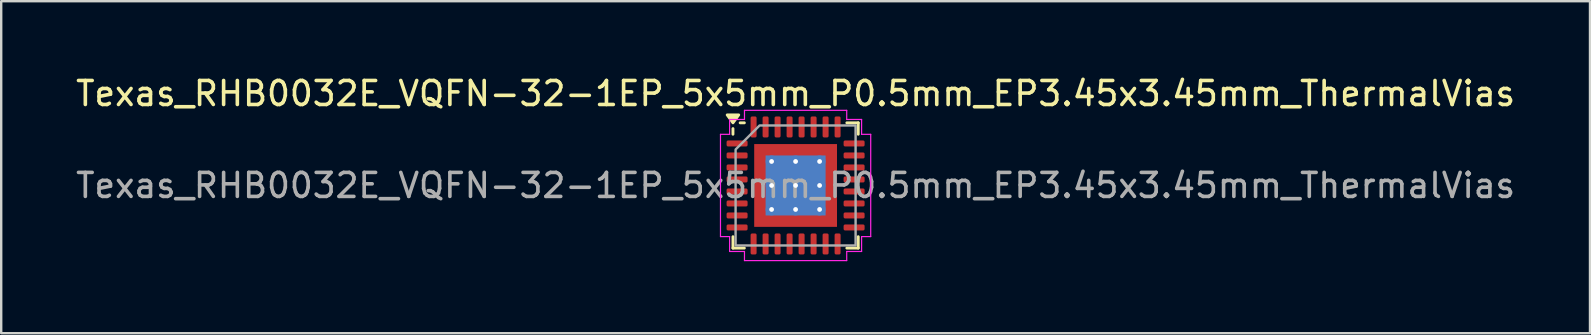
<source format=kicad_pcb>
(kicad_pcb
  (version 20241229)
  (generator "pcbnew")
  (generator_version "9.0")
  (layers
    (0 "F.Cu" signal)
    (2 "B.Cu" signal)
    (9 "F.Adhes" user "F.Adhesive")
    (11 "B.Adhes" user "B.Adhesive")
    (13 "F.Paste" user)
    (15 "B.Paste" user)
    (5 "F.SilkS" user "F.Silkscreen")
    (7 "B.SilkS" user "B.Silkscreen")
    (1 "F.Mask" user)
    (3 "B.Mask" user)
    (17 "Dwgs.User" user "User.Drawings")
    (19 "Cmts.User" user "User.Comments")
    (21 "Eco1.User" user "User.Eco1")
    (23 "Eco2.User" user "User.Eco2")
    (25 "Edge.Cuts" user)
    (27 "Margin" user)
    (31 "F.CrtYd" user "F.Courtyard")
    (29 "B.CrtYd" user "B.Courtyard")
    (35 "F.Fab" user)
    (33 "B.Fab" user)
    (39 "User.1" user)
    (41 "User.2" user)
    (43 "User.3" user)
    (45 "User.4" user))
  (footprint "Texas_RHB0032E_VQFN-32-1EP_5x5mm_P0.5mm_EP3.45x3.45mm_ThermalVias"
    (layer "F.Cu")
    (at 30.101 4.678)
    (property "Reference" "Texas_RHB0032E_VQFN-32-1EP_5x5mm_P0.5mm_EP3.45x3.45mm_ThermalVias" (at 0 -3.83 0) (layer "F.SilkS") (effects (font (size 1 1) (thickness 0.15))))
    (attr smd)
    (fp_line (start -2.61 -2.135) (end -2.61 -2.37) (stroke (width 0.12) (type solid)) (layer "F.SilkS"))
    (fp_line (start -2.61 2.61) (end -2.61 2.135) (stroke (width 0.12) (type solid)) (layer "F.SilkS"))
    (fp_line (start -2.135 -2.61) (end -2.31 -2.61) (stroke (width 0.12) (type solid)) (layer "F.SilkS"))
    (fp_line (start -2.135 2.61) (end -2.61 2.61) (stroke (width 0.12) (type solid)) (layer "F.SilkS"))
    (fp_line (start 2.135 -2.61) (end 2.61 -2.61) (stroke (width 0.12) (type solid)) (layer "F.SilkS"))
    (fp_line (start 2.135 2.61) (end 2.61 2.61) (stroke (width 0.12) (type solid)) (layer "F.SilkS"))
    (fp_line (start 2.61 -2.61) (end 2.61 -2.135) (stroke (width 0.12) (type solid)) (layer "F.SilkS"))
    (fp_line (start 2.61 2.61) (end 2.61 2.135) (stroke (width 0.12) (type solid)) (layer "F.SilkS"))
    (fp_poly (pts (xy -2.61 -2.61) (xy -2.85 -2.94) (xy -2.37 -2.94)) (stroke (width 0.12) (type solid)) (fill yes) (layer "F.SilkS"))
    (fp_line (start -3.13 -2.13) (end -2.75 -2.13) (stroke (width 0.05) (type solid)) (layer "F.CrtYd"))
    (fp_line (start -3.13 2.13) (end -3.13 -2.13) (stroke (width 0.05) (type solid)) (layer "F.CrtYd"))
    (fp_line (start -2.75 -2.75) (end -2.13 -2.75) (stroke (width 0.05) (type solid)) (layer "F.CrtYd"))
    (fp_line (start -2.75 -2.13) (end -2.75 -2.75) (stroke (width 0.05) (type solid)) (layer "F.CrtYd"))
    (fp_line (start -2.75 2.13) (end -3.13 2.13) (stroke (width 0.05) (type solid)) (layer "F.CrtYd"))
    (fp_line (start -2.75 2.75) (end -2.75 2.13) (stroke (width 0.05) (type solid)) (layer "F.CrtYd"))
    (fp_line (start -2.13 -3.13) (end 2.13 -3.13) (stroke (width 0.05) (type solid)) (layer "F.CrtYd"))
    (fp_line (start -2.13 -2.75) (end -2.13 -3.13) (stroke (width 0.05) (type solid)) (layer "F.CrtYd"))
    (fp_line (start -2.13 2.75) (end -2.75 2.75) (stroke (width 0.05) (type solid)) (layer "F.CrtYd"))
    (fp_line (start -2.13 3.13) (end -2.13 2.75) (stroke (width 0.05) (type solid)) (layer "F.CrtYd"))
    (fp_line (start 2.13 -3.13) (end 2.13 -2.75) (stroke (width 0.05) (type solid)) (layer "F.CrtYd"))
    (fp_line (start 2.13 -2.75) (end 2.75 -2.75) (stroke (width 0.05) (type solid)) (layer "F.CrtYd"))
    (fp_line (start 2.13 2.75) (end 2.13 3.13) (stroke (width 0.05) (type solid)) (layer "F.CrtYd"))
    (fp_line (start 2.13 3.13) (end -2.13 3.13) (stroke (width 0.05) (type solid)) (layer "F.CrtYd"))
    (fp_line (start 2.75 -2.75) (end 2.75 -2.13) (stroke (width 0.05) (type solid)) (layer "F.CrtYd"))
    (fp_line (start 2.75 -2.13) (end 3.13 -2.13) (stroke (width 0.05) (type solid)) (layer "F.CrtYd"))
    (fp_line (start 2.75 2.13) (end 2.75 2.75) (stroke (width 0.05) (type solid)) (layer "F.CrtYd"))
    (fp_line (start 2.75 2.75) (end 2.13 2.75) (stroke (width 0.05) (type solid)) (layer "F.CrtYd"))
    (fp_line (start 3.13 -2.13) (end 3.13 2.13) (stroke (width 0.05) (type solid)) (layer "F.CrtYd"))
    (fp_line (start 3.13 2.13) (end 2.75 2.13) (stroke (width 0.05) (type solid)) (layer "F.CrtYd"))
    (fp_poly (pts (xy -2.5 -1.5) (xy -2.5 2.5) (xy 2.5 2.5) (xy 2.5 -2.5) (xy -1.5 -2.5)) (stroke (width 0.1) (type solid)) (fill no) (layer "F.Fab"))
    (fp_text user "${REFERENCE}" (at 0 0 0) (layer "F.Fab") (effects (font (size 1 1) (thickness 0.15))))
    (pad "" smd roundrect (at -1.15 -1.15) (size 0.93 0.93) (layers "F.Paste") (roundrect_rratio 0.25))
    (pad "" smd roundrect (at -1.15 0) (size 0.93 0.93) (layers "F.Paste") (roundrect_rratio 0.25))
    (pad "" smd roundrect (at -1.15 1.15) (size 0.93 0.93) (layers "F.Paste") (roundrect_rratio 0.25))
    (pad "" smd roundrect (at 0 -1.15) (size 0.93 0.93) (layers "F.Paste") (roundrect_rratio 0.25))
    (pad "" smd roundrect (at 0 0) (size 0.93 0.93) (layers "F.Paste") (roundrect_rratio 0.25))
    (pad "" smd roundrect (at 0 1.15) (size 0.93 0.93) (layers "F.Paste") (roundrect_rratio 0.25))
    (pad "" smd roundrect (at 1.15 -1.15) (size 0.93 0.93) (layers "F.Paste") (roundrect_rratio 0.25))
    (pad "" smd roundrect (at 1.15 0) (size 0.93 0.93) (layers "F.Paste") (roundrect_rratio 0.25))
    (pad "" smd roundrect (at 1.15 1.15) (size 0.93 0.93) (layers "F.Paste") (roundrect_rratio 0.25))
    (pad "1" smd roundrect (at -2.438 -1.75) (size 0.875 0.25) (layers "F.Cu" "F.Mask" "F.Paste") (roundrect_rratio 0.25))
    (pad "2" smd roundrect (at -2.438 -1.25) (size 0.875 0.25) (layers "F.Cu" "F.Mask" "F.Paste") (roundrect_rratio 0.25))
    (pad "3" smd roundrect (at -2.438 -0.75) (size 0.875 0.25) (layers "F.Cu" "F.Mask" "F.Paste") (roundrect_rratio 0.25))
    (pad "4" smd roundrect (at -2.438 -0.25) (size 0.875 0.25) (layers "F.Cu" "F.Mask" "F.Paste") (roundrect_rratio 0.25))
    (pad "5" smd roundrect (at -2.438 0.25) (size 0.875 0.25) (layers "F.Cu" "F.Mask" "F.Paste") (roundrect_rratio 0.25))
    (pad "6" smd roundrect (at -2.438 0.75) (size 0.875 0.25) (layers "F.Cu" "F.Mask" "F.Paste") (roundrect_rratio 0.25))
    (pad "7" smd roundrect (at -2.438 1.25) (size 0.875 0.25) (layers "F.Cu" "F.Mask" "F.Paste") (roundrect_rratio 0.25))
    (pad "8" smd roundrect (at -2.438 1.75) (size 0.875 0.25) (layers "F.Cu" "F.Mask" "F.Paste") (roundrect_rratio 0.25))
    (pad "9" smd roundrect (at -1.75 2.438) (size 0.25 0.875) (layers "F.Cu" "F.Mask" "F.Paste") (roundrect_rratio 0.25))
    (pad "10" smd roundrect (at -1.25 2.438) (size 0.25 0.875) (layers "F.Cu" "F.Mask" "F.Paste") (roundrect_rratio 0.25))
    (pad "11" smd roundrect (at -0.75 2.438) (size 0.25 0.875) (layers "F.Cu" "F.Mask" "F.Paste") (roundrect_rratio 0.25))
    (pad "12" smd roundrect (at -0.25 2.438) (size 0.25 0.875) (layers "F.Cu" "F.Mask" "F.Paste") (roundrect_rratio 0.25))
    (pad "13" smd roundrect (at 0.25 2.438) (size 0.25 0.875) (layers "F.Cu" "F.Mask" "F.Paste") (roundrect_rratio 0.25))
    (pad "14" smd roundrect (at 0.75 2.438) (size 0.25 0.875) (layers "F.Cu" "F.Mask" "F.Paste") (roundrect_rratio 0.25))
    (pad "15" smd roundrect (at 1.25 2.438) (size 0.25 0.875) (layers "F.Cu" "F.Mask" "F.Paste") (roundrect_rratio 0.25))
    (pad "16" smd roundrect (at 1.75 2.438) (size 0.25 0.875) (layers "F.Cu" "F.Mask" "F.Paste") (roundrect_rratio 0.25))
    (pad "17" smd roundrect (at 2.438 1.75) (size 0.875 0.25) (layers "F.Cu" "F.Mask" "F.Paste") (roundrect_rratio 0.25))
    (pad "18" smd roundrect (at 2.438 1.25) (size 0.875 0.25) (layers "F.Cu" "F.Mask" "F.Paste") (roundrect_rratio 0.25))
    (pad "19" smd roundrect (at 2.438 0.75) (size 0.875 0.25) (layers "F.Cu" "F.Mask" "F.Paste") (roundrect_rratio 0.25))
    (pad "20" smd roundrect (at 2.438 0.25) (size 0.875 0.25) (layers "F.Cu" "F.Mask" "F.Paste") (roundrect_rratio 0.25))
    (pad "21" smd roundrect (at 2.438 -0.25) (size 0.875 0.25) (layers "F.Cu" "F.Mask" "F.Paste") (roundrect_rratio 0.25))
    (pad "22" smd roundrect (at 2.438 -0.75) (size 0.875 0.25) (layers "F.Cu" "F.Mask" "F.Paste") (roundrect_rratio 0.25))
    (pad "23" smd roundrect (at 2.438 -1.25) (size 0.875 0.25) (layers "F.Cu" "F.Mask" "F.Paste") (roundrect_rratio 0.25))
    (pad "24" smd roundrect (at 2.438 -1.75) (size 0.875 0.25) (layers "F.Cu" "F.Mask" "F.Paste") (roundrect_rratio 0.25))
    (pad "25" smd roundrect (at 1.75 -2.438) (size 0.25 0.875) (layers "F.Cu" "F.Mask" "F.Paste") (roundrect_rratio 0.25))
    (pad "26" smd roundrect (at 1.25 -2.438) (size 0.25 0.875) (layers "F.Cu" "F.Mask" "F.Paste") (roundrect_rratio 0.25))
    (pad "27" smd roundrect (at 0.75 -2.438) (size 0.25 0.875) (layers "F.Cu" "F.Mask" "F.Paste") (roundrect_rratio 0.25))
    (pad "28" smd roundrect (at 0.25 -2.438) (size 0.25 0.875) (layers "F.Cu" "F.Mask" "F.Paste") (roundrect_rratio 0.25))
    (pad "29" smd roundrect (at -0.25 -2.438) (size 0.25 0.875) (layers "F.Cu" "F.Mask" "F.Paste") (roundrect_rratio 0.25))
    (pad "30" smd roundrect (at -0.75 -2.438) (size 0.25 0.875) (layers "F.Cu" "F.Mask" "F.Paste") (roundrect_rratio 0.25))
    (pad "31" smd roundrect (at -1.25 -2.438) (size 0.25 0.875) (layers "F.Cu" "F.Mask" "F.Paste") (roundrect_rratio 0.25))
    (pad "32" smd roundrect (at -1.75 -2.438) (size 0.25 0.875) (layers "F.Cu" "F.Mask" "F.Paste") (roundrect_rratio 0.25))
    (pad "33" thru_hole circle (at -1 -1) (size 0.5 0.5) (drill 0.2) (property pad_prop_heatsink) (layers "*.Cu"))
    (pad "33" thru_hole circle (at -1 0) (size 0.5 0.5) (drill 0.2) (property pad_prop_heatsink) (layers "*.Cu"))
    (pad "33" thru_hole circle (at -1 1) (size 0.5 0.5) (drill 0.2) (property pad_prop_heatsink) (layers "*.Cu"))
    (pad "33" thru_hole circle (at 0 -1) (size 0.5 0.5) (drill 0.2) (property pad_prop_heatsink) (layers "*.Cu"))
    (pad "33" thru_hole circle (at 0 0) (size 0.5 0.5) (drill 0.2) (property pad_prop_heatsink) (layers "*.Cu"))
    (pad "33" smd rect (at 0 0) (size 2.5 2.5) (property pad_prop_heatsink) (layers "B.Cu"))
    (pad "33" smd rect (at 0 0) (size 3.45 3.45) (property pad_prop_heatsink) (layers "F.Cu" "F.Mask"))
    (pad "33" thru_hole circle (at 0 1) (size 0.5 0.5) (drill 0.2) (property pad_prop_heatsink) (layers "*.Cu"))
    (pad "33" thru_hole circle (at 1 -1) (size 0.5 0.5) (drill 0.2) (property pad_prop_heatsink) (layers "*.Cu"))
    (pad "33" thru_hole circle (at 1 0) (size 0.5 0.5) (drill 0.2) (property pad_prop_heatsink) (layers "*.Cu"))
    (pad "33" thru_hole circle (at 1 1) (size 0.5 0.5) (drill 0.2) (property pad_prop_heatsink) (layers "*.Cu")))
  (gr_rect
    (start -3 -3)
    (end 63.202 10.833)
    (stroke (width 0.1) (type default))
    (fill no)
    (layer "Edge.Cuts")))
</source>
